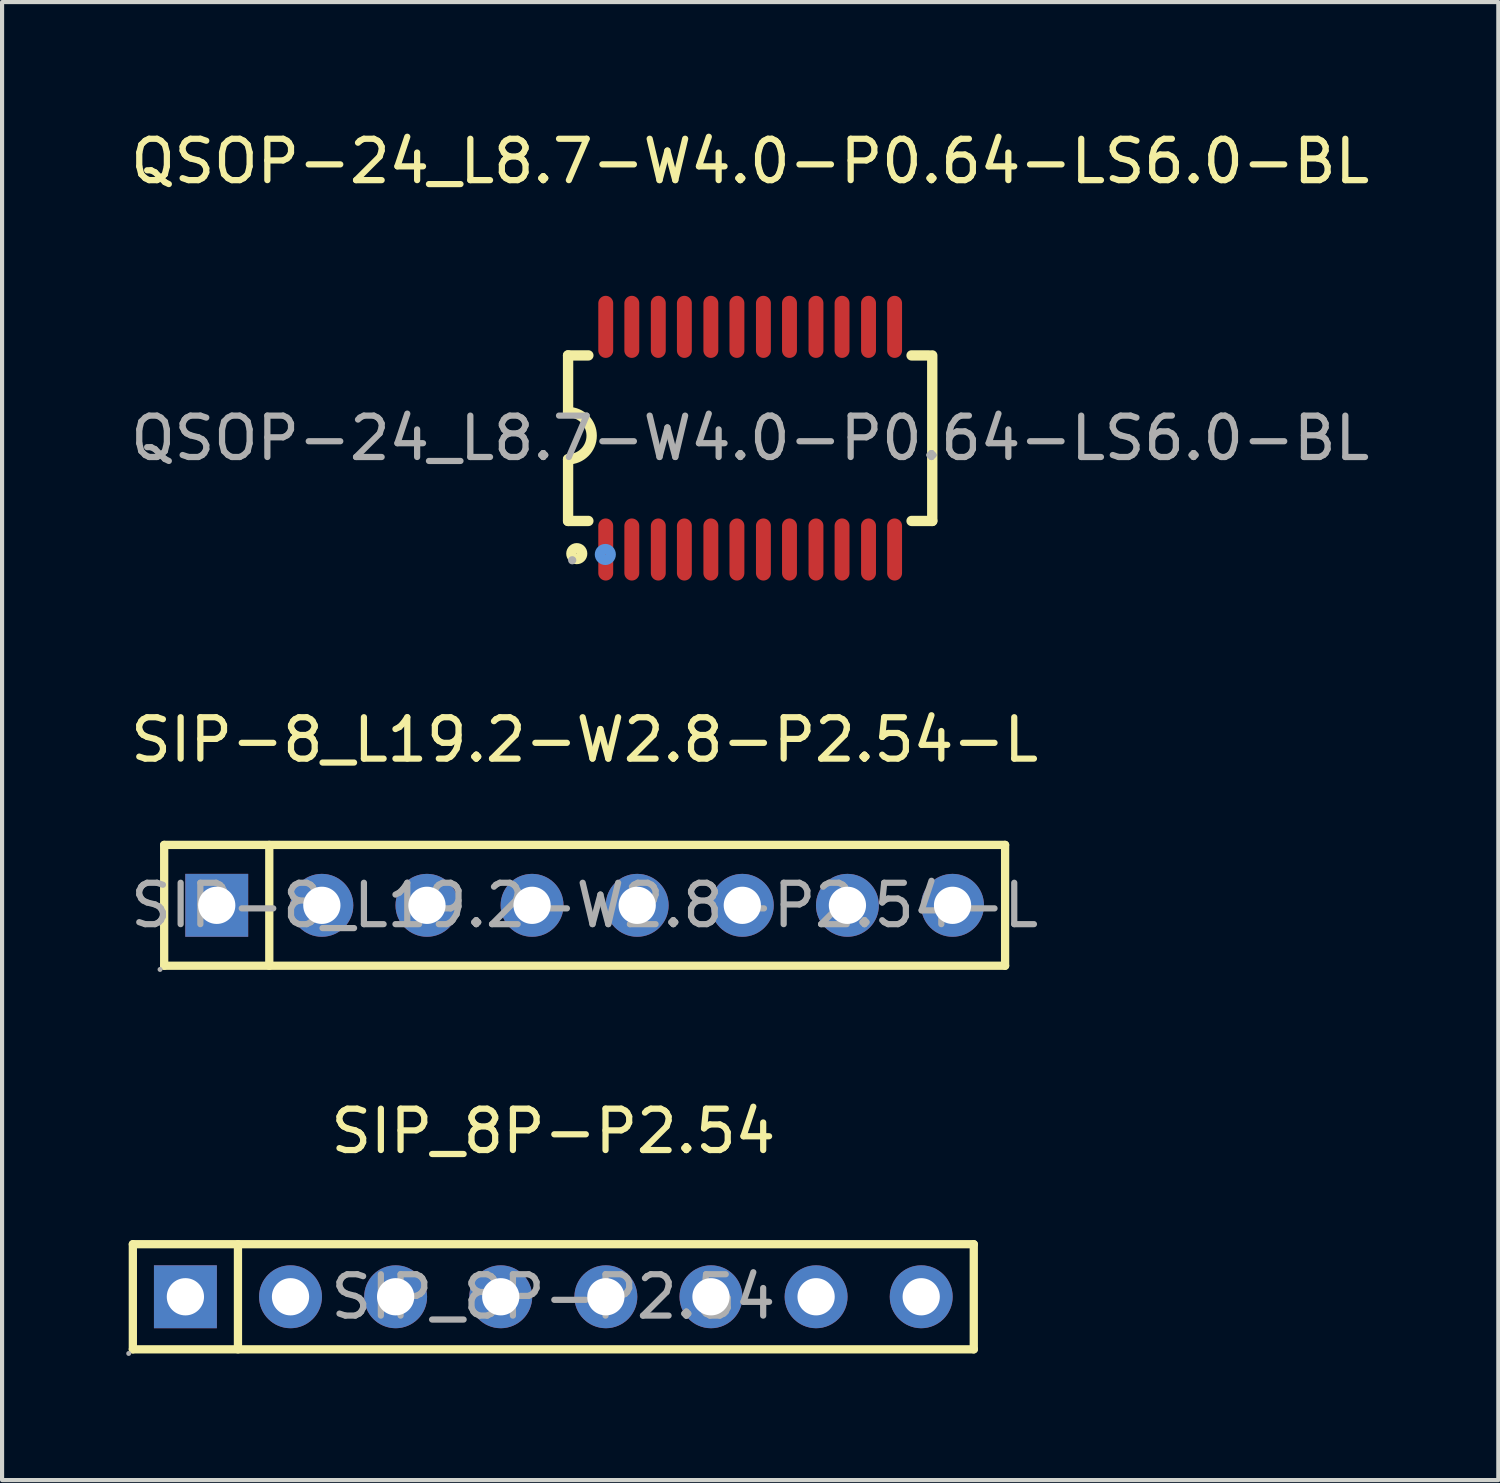
<source format=kicad_pcb>
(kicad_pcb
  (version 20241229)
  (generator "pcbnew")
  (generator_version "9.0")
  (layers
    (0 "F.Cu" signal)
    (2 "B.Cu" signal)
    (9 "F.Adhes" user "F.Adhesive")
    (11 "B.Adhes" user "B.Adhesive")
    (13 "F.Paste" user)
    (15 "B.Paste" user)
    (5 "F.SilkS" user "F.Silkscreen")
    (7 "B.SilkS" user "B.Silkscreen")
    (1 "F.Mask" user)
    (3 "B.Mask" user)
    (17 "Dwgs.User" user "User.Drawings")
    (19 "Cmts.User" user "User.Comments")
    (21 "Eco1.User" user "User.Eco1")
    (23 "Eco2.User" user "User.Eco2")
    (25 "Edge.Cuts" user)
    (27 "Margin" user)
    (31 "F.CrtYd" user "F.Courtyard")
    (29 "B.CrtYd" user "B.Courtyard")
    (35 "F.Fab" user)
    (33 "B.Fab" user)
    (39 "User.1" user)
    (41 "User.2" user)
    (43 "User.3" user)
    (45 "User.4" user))
  (footprint "SIP_8P-P2.54"
    (layer "F.Cu")
    (at 10.32 28.285)
    (property "Reference" "SIP_8P-P2.54" (at 0 -4 0) (layer "F.SilkS") (effects (font (size 1 1) (thickness 0.15))))
    (attr through_hole)
    (fp_line (start -10.16 -1.27) (end -10.16 1.27) (stroke (width 0.2) (type solid)) (layer "F.SilkS"))
    (fp_line (start -10.16 1.27) (end 10.16 1.27) (stroke (width 0.2) (type solid)) (layer "F.SilkS"))
    (fp_line (start -7.62 1.27) (end -7.62 -1.27) (stroke (width 0.2) (type solid)) (layer "F.SilkS"))
    (fp_line (start 10.16 -1.27) (end -10.16 -1.27) (stroke (width 0.2) (type solid)) (layer "F.SilkS"))
    (fp_line (start 10.16 1.27) (end 10.16 -1.27) (stroke (width 0.2) (type solid)) (layer "F.SilkS"))
    (fp_circle (center -10.26 1.37) (end -10.23 1.37) (stroke (width 0.06) (type solid)) (fill no) (layer "F.Fab"))
    (fp_circle (center -8.89 0) (end -8.71 0) (stroke (width 0.35) (type solid)) (fill no) (layer "F.Fab"))
    (fp_circle (center -6.35 0) (end -6.17 0) (stroke (width 0.35) (type solid)) (fill no) (layer "F.Fab"))
    (fp_circle (center -3.81 0) (end -3.63 0) (stroke (width 0.35) (type solid)) (fill no) (layer "F.Fab"))
    (fp_circle (center -1.27 0) (end -1.09 0) (stroke (width 0.35) (type solid)) (fill no) (layer "F.Fab"))
    (fp_circle (center 1.27 0) (end 1.45 0) (stroke (width 0.35) (type solid)) (fill no) (layer "F.Fab"))
    (fp_circle (center 3.81 0) (end 3.99 0) (stroke (width 0.35) (type solid)) (fill no) (layer "F.Fab"))
    (fp_circle (center 6.35 0) (end 6.53 0) (stroke (width 0.35) (type solid)) (fill no) (layer "F.Fab"))
    (fp_circle (center 8.89 0) (end 9.07 0) (stroke (width 0.35) (type solid)) (fill no) (layer "F.Fab"))
    (fp_text user "${REFERENCE}" (at 0 0 0) (layer "F.Fab") (effects (font (size 1 1) (thickness 0.15))))
    (pad "1" thru_hole rect (at -8.89 0) (size 1.52 1.52) (drill 0.9) (layers "*.Cu" "*.Paste" "*.Mask"))
    (pad "2" thru_hole circle (at -6.35 0) (size 1.52 1.52) (drill 0.9) (layers "*.Cu" "*.Paste" "*.Mask"))
    (pad "3" thru_hole circle (at -3.81 0) (size 1.52 1.52) (drill 0.9) (layers "*.Cu" "*.Paste" "*.Mask"))
    (pad "4" thru_hole circle (at -1.27 0) (size 1.52 1.52) (drill 0.9) (layers "*.Cu" "*.Paste" "*.Mask"))
    (pad "5" thru_hole circle (at 1.27 0) (size 1.52 1.52) (drill 0.9) (layers "*.Cu" "*.Paste" "*.Mask"))
    (pad "6" thru_hole circle (at 3.81 0) (size 1.52 1.52) (drill 0.9) (layers "*.Cu" "*.Paste" "*.Mask"))
    (pad "7" thru_hole circle (at 6.35 0) (size 1.52 1.52) (drill 0.9) (layers "*.Cu" "*.Paste" "*.Mask"))
    (pad "8" thru_hole circle (at 8.89 0) (size 1.52 1.52) (drill 0.9) (layers "*.Cu" "*.Paste" "*.Mask")))
  (footprint "SIP-8_L19.2-W2.8-P2.54-L"
    (layer "F.Cu")
    (at 11.077 18.826)
    (property "Reference" "SIP-8_L19.2-W2.8-P2.54-L" (at 0 -4 0) (layer "F.SilkS") (effects (font (size 1 1) (thickness 0.15))))
    (attr through_hole)
    (fp_line (start -10.16 -1.46) (end -10.16 1.46) (stroke (width 0.2) (type solid)) (layer "F.SilkS"))
    (fp_line (start -10.16 1.46) (end 10.16 1.46) (stroke (width 0.2) (type solid)) (layer "F.SilkS"))
    (fp_line (start -7.62 1.46) (end -7.62 -1.46) (stroke (width 0.2) (type solid)) (layer "F.SilkS"))
    (fp_line (start 10.16 -1.46) (end -10.16 -1.46) (stroke (width 0.2) (type solid)) (layer "F.SilkS"))
    (fp_line (start 10.16 1.46) (end 10.16 -1.46) (stroke (width 0.2) (type solid)) (layer "F.SilkS"))
    (fp_circle (center -10.26 1.55) (end -10.23 1.55) (stroke (width 0.06) (type solid)) (fill no) (layer "F.Fab"))
    (fp_circle (center -8.89 0) (end -8.71 0) (stroke (width 0.35) (type solid)) (fill no) (layer "F.Fab"))
    (fp_circle (center -6.35 0) (end -6.17 0) (stroke (width 0.35) (type solid)) (fill no) (layer "F.Fab"))
    (fp_circle (center -3.81 0) (end -3.63 0) (stroke (width 0.35) (type solid)) (fill no) (layer "F.Fab"))
    (fp_circle (center -1.27 0) (end -1.09 0) (stroke (width 0.35) (type solid)) (fill no) (layer "F.Fab"))
    (fp_circle (center 1.27 0) (end 1.45 0) (stroke (width 0.35) (type solid)) (fill no) (layer "F.Fab"))
    (fp_circle (center 3.81 0) (end 3.99 0) (stroke (width 0.35) (type solid)) (fill no) (layer "F.Fab"))
    (fp_circle (center 6.35 0) (end 6.53 0) (stroke (width 0.35) (type solid)) (fill no) (layer "F.Fab"))
    (fp_circle (center 8.89 0) (end 9.07 0) (stroke (width 0.35) (type solid)) (fill no) (layer "F.Fab"))
    (fp_text user "${REFERENCE}" (at 0 0 0) (layer "F.Fab") (effects (font (size 1 1) (thickness 0.15))))
    (pad "1" thru_hole rect (at -8.89 0) (size 1.52 1.52) (drill 0.9) (layers "*.Cu" "*.Paste" "*.Mask"))
    (pad "2" thru_hole circle (at -6.35 0) (size 1.52 1.52) (drill 0.9) (layers "*.Cu" "*.Paste" "*.Mask"))
    (pad "3" thru_hole circle (at -3.81 0) (size 1.52 1.52) (drill 0.9) (layers "*.Cu" "*.Paste" "*.Mask"))
    (pad "4" thru_hole circle (at -1.27 0) (size 1.52 1.52) (drill 0.9) (layers "*.Cu" "*.Paste" "*.Mask"))
    (pad "5" thru_hole circle (at 1.27 0) (size 1.52 1.52) (drill 0.9) (layers "*.Cu" "*.Paste" "*.Mask"))
    (pad "6" thru_hole circle (at 3.81 0) (size 1.52 1.52) (drill 0.9) (layers "*.Cu" "*.Paste" "*.Mask"))
    (pad "7" thru_hole circle (at 6.35 0) (size 1.52 1.52) (drill 0.9) (layers "*.Cu" "*.Paste" "*.Mask"))
    (pad "8" thru_hole circle (at 8.89 0) (size 1.52 1.52) (drill 0.9) (layers "*.Cu" "*.Paste" "*.Mask")))
  (footprint "QSOP-24_L8.7-W4.0-P0.64-LS6.0-BL"
    (layer "F.Cu")
    (at 15.077 7.538)
    (property "Reference" "QSOP-24_L8.7-W4.0-P0.64-LS6.0-BL" (at 0 -6.69 0) (layer "F.SilkS") (effects (font (size 1 1) (thickness 0.15))))
    (attr through_hole)
    (fp_line (start -4.4 -2) (end -4.4 -0.63) (stroke (width 0.25) (type solid)) (layer "F.SilkS"))
    (fp_line (start -4.4 -2) (end -3.91 -2) (stroke (width 0.25) (type solid)) (layer "F.SilkS"))
    (fp_line (start -4.4 2) (end -4.4 0.51) (stroke (width 0.25) (type solid)) (layer "F.SilkS"))
    (fp_line (start -4.4 2) (end -3.91 2) (stroke (width 0.25) (type solid)) (layer "F.SilkS"))
    (fp_line (start 3.9 -2) (end 4.31 -2) (stroke (width 0.25) (type solid)) (layer "F.SilkS"))
    (fp_line (start 3.9 2) (end 4.4 2) (stroke (width 0.25) (type solid)) (layer "F.SilkS"))
    (fp_line (start 4.4 2) (end 4.4 -2) (stroke (width 0.25) (type solid)) (layer "F.SilkS"))
    (fp_arc (start -4.4 -0.63) (mid -3.83 -0.06) (end -4.4 0.51) (stroke (width 0.25) (type solid)) (layer "F.SilkS"))
    (fp_circle (center -4.19 2.79) (end -4.06 2.79) (stroke (width 0.25) (type solid)) (fill no) (layer "F.SilkS"))
    (fp_circle (center -3.5 2.81) (end -3.37 2.81) (stroke (width 0.25) (type solid)) (fill no) (layer "Cmts.User"))
    (fp_circle (center -4.3 2.95) (end -4.25 2.95) (stroke (width 0.1) (type solid)) (fill no) (layer "F.Fab"))
    (fp_text user "${REFERENCE}" (at 0 0 0) (layer "F.Fab") (effects (font (size 1 1) (thickness 0.15))))
    (pad "1" smd oval (at -3.49 2.69 90) (size 1.5 0.36) (layers "F.Cu" "F.Mask" "F.Paste"))
    (pad "2" smd oval (at -2.86 2.69 90) (size 1.5 0.36) (layers "F.Cu" "F.Mask" "F.Paste"))
    (pad "3" smd oval (at -2.22 2.69 90) (size 1.5 0.36) (layers "F.Cu" "F.Mask" "F.Paste"))
    (pad "4" smd oval (at -1.59 2.69 90) (size 1.5 0.36) (layers "F.Cu" "F.Mask" "F.Paste"))
    (pad "5" smd oval (at -0.95 2.69 90) (size 1.5 0.36) (layers "F.Cu" "F.Mask" "F.Paste"))
    (pad "6" smd oval (at -0.32 2.69 90) (size 1.5 0.36) (layers "F.Cu" "F.Mask" "F.Paste"))
    (pad "7" smd oval (at 0.32 2.69 90) (size 1.5 0.36) (layers "F.Cu" "F.Mask" "F.Paste"))
    (pad "8" smd oval (at 0.95 2.69 90) (size 1.5 0.36) (layers "F.Cu" "F.Mask" "F.Paste"))
    (pad "9" smd oval (at 1.59 2.69 90) (size 1.5 0.36) (layers "F.Cu" "F.Mask" "F.Paste"))
    (pad "10" smd oval (at 2.22 2.69 90) (size 1.5 0.36) (layers "F.Cu" "F.Mask" "F.Paste"))
    (pad "11" smd oval (at 2.86 2.69 90) (size 1.5 0.36) (layers "F.Cu" "F.Mask" "F.Paste"))
    (pad "12" smd oval (at 3.49 2.69 90) (size 1.5 0.36) (layers "F.Cu" "F.Mask" "F.Paste"))
    (pad "13" smd oval (at 3.49 -2.69 90) (size 1.5 0.36) (layers "F.Cu" "F.Mask" "F.Paste"))
    (pad "14" smd oval (at 2.86 -2.69 90) (size 1.5 0.36) (layers "F.Cu" "F.Mask" "F.Paste"))
    (pad "15" smd oval (at 2.22 -2.69 90) (size 1.5 0.36) (layers "F.Cu" "F.Mask" "F.Paste"))
    (pad "16" smd oval (at 1.59 -2.69 90) (size 1.5 0.36) (layers "F.Cu" "F.Mask" "F.Paste"))
    (pad "17" smd oval (at 0.95 -2.69 90) (size 1.5 0.36) (layers "F.Cu" "F.Mask" "F.Paste"))
    (pad "18" smd oval (at 0.32 -2.69 90) (size 1.5 0.36) (layers "F.Cu" "F.Mask" "F.Paste"))
    (pad "19" smd oval (at -0.32 -2.69 90) (size 1.5 0.36) (layers "F.Cu" "F.Mask" "F.Paste"))
    (pad "20" smd oval (at -0.95 -2.69 90) (size 1.5 0.36) (layers "F.Cu" "F.Mask" "F.Paste"))
    (pad "21" smd oval (at -1.59 -2.69 90) (size 1.5 0.36) (layers "F.Cu" "F.Mask" "F.Paste"))
    (pad "22" smd oval (at -2.22 -2.69 90) (size 1.5 0.36) (layers "F.Cu" "F.Mask" "F.Paste"))
    (pad "23" smd oval (at -2.86 -2.69 90) (size 1.5 0.36) (layers "F.Cu" "F.Mask" "F.Paste"))
    (pad "24" smd oval (at -3.49 -2.69 90) (size 1.5 0.36) (layers "F.Cu" "F.Mask" "F.Paste")))
  (gr_rect
    (start -3 -3)
    (end 33.155 32.715)
    (stroke (width 0.1) (type default))
    (fill no)
    (layer "Edge.Cuts")))
</source>
